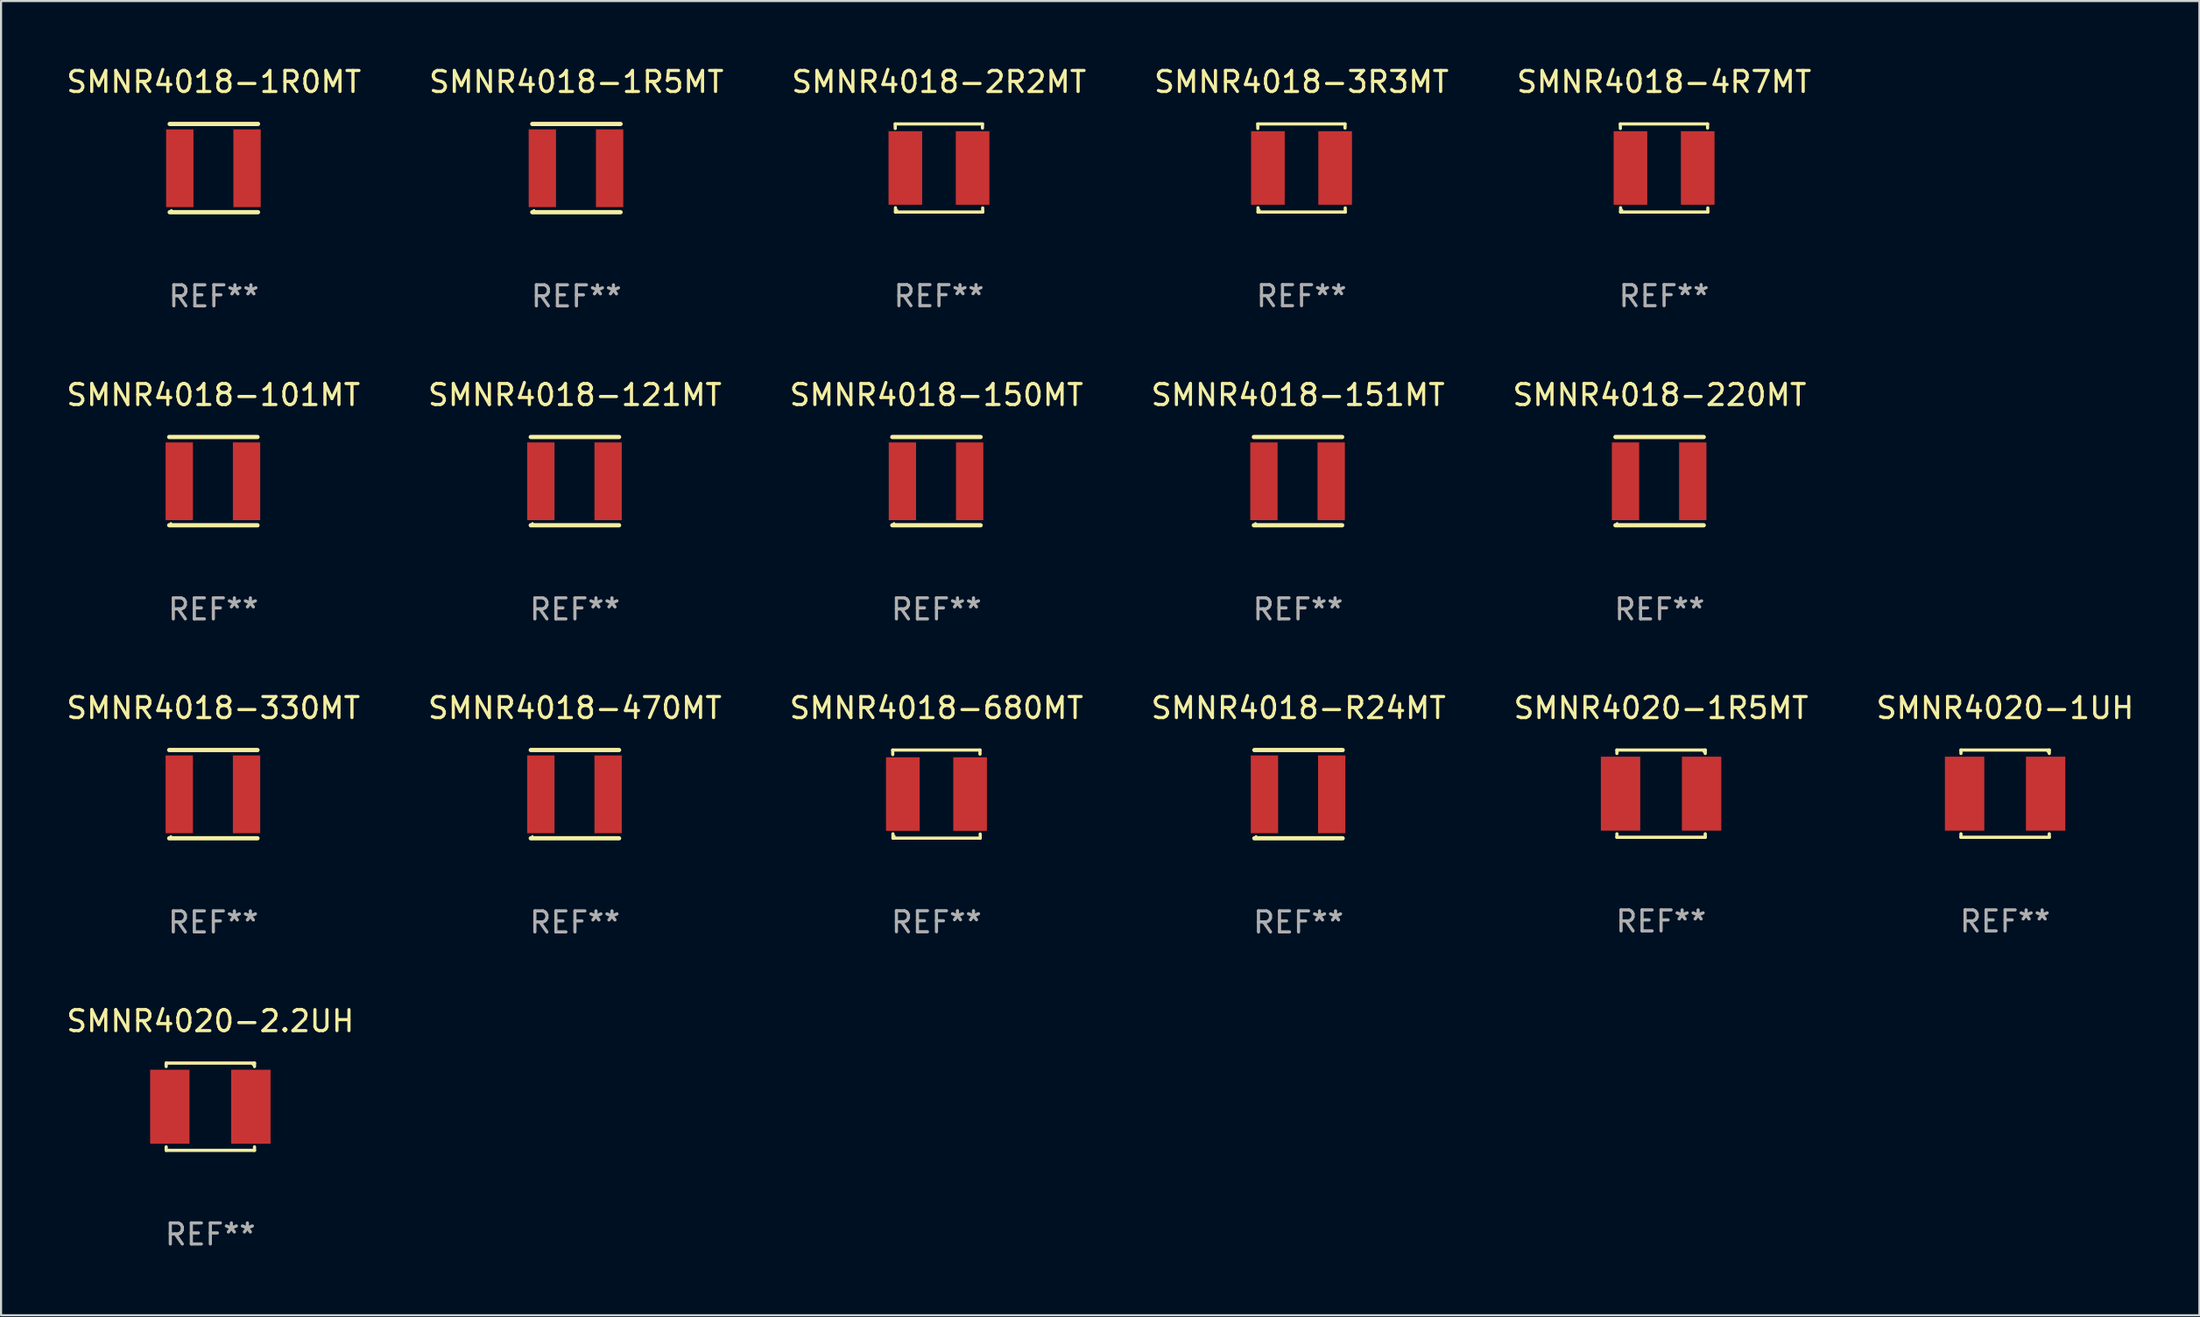
<source format=kicad_pcb>
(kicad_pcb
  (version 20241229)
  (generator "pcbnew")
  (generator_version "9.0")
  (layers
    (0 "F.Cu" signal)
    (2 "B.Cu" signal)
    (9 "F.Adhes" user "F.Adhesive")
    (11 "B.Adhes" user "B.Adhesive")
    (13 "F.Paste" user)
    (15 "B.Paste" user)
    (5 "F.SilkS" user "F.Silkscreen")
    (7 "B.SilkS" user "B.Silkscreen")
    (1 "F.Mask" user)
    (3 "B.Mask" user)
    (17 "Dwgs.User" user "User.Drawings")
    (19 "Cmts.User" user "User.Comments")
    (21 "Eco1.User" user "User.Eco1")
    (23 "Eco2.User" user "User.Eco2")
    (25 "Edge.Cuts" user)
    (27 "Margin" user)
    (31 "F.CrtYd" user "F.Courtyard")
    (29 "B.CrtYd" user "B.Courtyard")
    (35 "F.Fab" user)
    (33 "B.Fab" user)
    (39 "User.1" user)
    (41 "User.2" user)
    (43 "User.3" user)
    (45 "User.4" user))
  (footprint "SMNR4018-R24MT"
    (layer "F.Cu")
    (at 58.732 34.741)
    (property "Reference" "SMNR4018-R24MT" (at 0 -4.1 0) (layer "F.SilkS") (effects (font (size 1 1) (thickness 0.15))))
    (attr through_hole)
    (fp_line (start -2.1 -2.1) (end 2.1 -2.1) (stroke (width 0.203) (type solid)) (layer "F.SilkS"))
    (fp_line (start -2.1 2.1) (end 2.1 2.1) (stroke (width 0.203) (type solid)) (layer "F.SilkS"))
    (fp_circle (center -2.021 2.008) (end -1.991 2.008) (stroke (width 0.06) (type solid)) (fill no) (layer "F.SilkS"))
    (fp_text user "REF**" (at 0 6.1 0) (layer "F.Fab") (effects (font (size 1 1) (thickness 0.15))))
    (pad "1" smd rect (at -1.621 0.008 90) (size 3.7 1.3) (layers "F.Cu" "F.Mask" "F.Paste"))
    (pad "2" smd rect (at 1.579 0.008 90) (size 3.7 1.3) (layers "F.Cu" "F.Mask" "F.Paste")))
  (footprint "SMNR4018-121MT"
    (layer "F.Cu")
    (at 24.304 19.845)
    (property "Reference" "SMNR4018-121MT" (at 0 -4.1 0) (layer "F.SilkS") (effects (font (size 1 1) (thickness 0.15))))
    (attr through_hole)
    (fp_line (start -2.1 -2.1) (end 2.1 -2.1) (stroke (width 0.203) (type solid)) (layer "F.SilkS"))
    (fp_line (start -2.1 2.1) (end 2.1 2.1) (stroke (width 0.203) (type solid)) (layer "F.SilkS"))
    (fp_circle (center -2.021 2.008) (end -1.991 2.008) (stroke (width 0.06) (type solid)) (fill no) (layer "F.SilkS"))
    (fp_text user "REF**" (at 0 6.1 0) (layer "F.Fab") (effects (font (size 1 1) (thickness 0.15))))
    (pad "1" smd rect (at -1.621 0.008 90) (size 3.7 1.3) (layers "F.Cu" "F.Mask" "F.Paste"))
    (pad "2" smd rect (at 1.579 0.008 90) (size 3.7 1.3) (layers "F.Cu" "F.Mask" "F.Paste")))
  (footprint "SMNR4018-470MT"
    (layer "F.Cu")
    (at 24.304 34.741)
    (property "Reference" "SMNR4018-470MT" (at 0 -4.1 0) (layer "F.SilkS") (effects (font (size 1 1) (thickness 0.15))))
    (attr through_hole)
    (fp_line (start -2.1 -2.1) (end 2.1 -2.1) (stroke (width 0.203) (type solid)) (layer "F.SilkS"))
    (fp_line (start -2.1 2.1) (end 2.1 2.1) (stroke (width 0.203) (type solid)) (layer "F.SilkS"))
    (fp_circle (center -2.021 2.008) (end -1.991 2.008) (stroke (width 0.06) (type solid)) (fill no) (layer "F.SilkS"))
    (fp_text user "REF**" (at 0 6.1 0) (layer "F.Fab") (effects (font (size 1 1) (thickness 0.15))))
    (pad "1" smd rect (at -1.621 0.008 90) (size 3.7 1.3) (layers "F.Cu" "F.Mask" "F.Paste"))
    (pad "2" smd rect (at 1.579 0.008 90) (size 3.7 1.3) (layers "F.Cu" "F.Mask" "F.Paste")))
  (footprint "SMNR4018-220MT"
    (layer "F.Cu")
    (at 75.911 19.845)
    (property "Reference" "SMNR4018-220MT" (at 0 -4.1 0) (layer "F.SilkS") (effects (font (size 1 1) (thickness 0.15))))
    (attr through_hole)
    (fp_line (start -2.1 -2.1) (end 2.1 -2.1) (stroke (width 0.203) (type solid)) (layer "F.SilkS"))
    (fp_line (start -2.1 2.1) (end 2.1 2.1) (stroke (width 0.203) (type solid)) (layer "F.SilkS"))
    (fp_circle (center -2.021 2.008) (end -1.991 2.008) (stroke (width 0.06) (type solid)) (fill no) (layer "F.SilkS"))
    (fp_text user "REF**" (at 0 6.1 0) (layer "F.Fab") (effects (font (size 1 1) (thickness 0.15))))
    (pad "1" smd rect (at -1.621 0.008 90) (size 3.7 1.3) (layers "F.Cu" "F.Mask" "F.Paste"))
    (pad "2" smd rect (at 1.579 0.008 90) (size 3.7 1.3) (layers "F.Cu" "F.Mask" "F.Paste")))
  (footprint "SMNR4018-2R2MT"
    (layer "F.Cu")
    (at 41.625 4.944)
    (property "Reference" "SMNR4018-2R2MT" (at 0 -4.096 0) (layer "F.SilkS") (effects (font (size 1 1) (thickness 0.15))))
    (attr through_hole)
    (fp_line (start -2.083 -2.096) (end -2.08 -1.88) (stroke (width 0.15) (type solid)) (layer "F.SilkS"))
    (fp_line (start -2.07 1.89) (end -2.07 2.096) (stroke (width 0.15) (type solid)) (layer "F.SilkS"))
    (fp_line (start -2.07 2.096) (end 2.083 2.096) (stroke (width 0.15) (type solid)) (layer "F.SilkS"))
    (fp_line (start 2.07 -1.9) (end 2.07 -2.096) (stroke (width 0.15) (type solid)) (layer "F.SilkS"))
    (fp_line (start 2.07 -2.096) (end -2.083 -2.096) (stroke (width 0.15) (type solid)) (layer "F.SilkS"))
    (fp_line (start 2.083 2.096) (end 2.08 1.9) (stroke (width 0.15) (type solid)) (layer "F.SilkS"))
    (fp_circle (center -2 2) (end -1.97 2) (stroke (width 0.06) (type solid)) (fill no) (layer "F.SilkS"))
    (fp_text user "REF**" (at 0 6.096 0) (layer "F.Fab") (effects (font (size 1 1) (thickness 0.15))))
    (pad "1" smd rect (at -1.6 -0.000343) (size 1.6 3.5) (layers "F.Cu" "F.Mask" "F.Paste"))
    (pad "2" smd rect (at 1.6 -0.000343) (size 1.6 3.5) (layers "F.Cu" "F.Mask" "F.Paste")))
  (footprint "SMNR4018-1R0MT"
    (layer "F.Cu")
    (at 7.125 4.948)
    (property "Reference" "SMNR4018-1R0MT" (at 0 -4.1 0) (layer "F.SilkS") (effects (font (size 1 1) (thickness 0.15))))
    (attr through_hole)
    (fp_line (start -2.1 -2.1) (end 2.1 -2.1) (stroke (width 0.203) (type solid)) (layer "F.SilkS"))
    (fp_line (start -2.1 2.1) (end 2.1 2.1) (stroke (width 0.203) (type solid)) (layer "F.SilkS"))
    (fp_circle (center -2.021 2.008) (end -1.991 2.008) (stroke (width 0.06) (type solid)) (fill no) (layer "F.SilkS"))
    (fp_text user "REF**" (at 0 6.1 0) (layer "F.Fab") (effects (font (size 1 1) (thickness 0.15))))
    (pad "1" smd rect (at -1.621 0.008 90) (size 3.7 1.3) (layers "F.Cu" "F.Mask" "F.Paste"))
    (pad "2" smd rect (at 1.579 0.008 90) (size 3.7 1.3) (layers "F.Cu" "F.Mask" "F.Paste")))
  (footprint "SMNR4018-101MT"
    (layer "F.Cu")
    (at 7.101 19.845)
    (property "Reference" "SMNR4018-101MT" (at 0 -4.1 0) (layer "F.SilkS") (effects (font (size 1 1) (thickness 0.15))))
    (attr through_hole)
    (fp_line (start -2.1 -2.1) (end 2.1 -2.1) (stroke (width 0.203) (type solid)) (layer "F.SilkS"))
    (fp_line (start -2.1 2.1) (end 2.1 2.1) (stroke (width 0.203) (type solid)) (layer "F.SilkS"))
    (fp_circle (center -2.021 2.008) (end -1.991 2.008) (stroke (width 0.06) (type solid)) (fill no) (layer "F.SilkS"))
    (fp_text user "REF**" (at 0 6.1 0) (layer "F.Fab") (effects (font (size 1 1) (thickness 0.15))))
    (pad "1" smd rect (at -1.621 0.008 90) (size 3.7 1.3) (layers "F.Cu" "F.Mask" "F.Paste"))
    (pad "2" smd rect (at 1.579 0.008 90) (size 3.7 1.3) (layers "F.Cu" "F.Mask" "F.Paste")))
  (footprint "SMNR4018-151MT"
    (layer "F.Cu")
    (at 58.708 19.845)
    (property "Reference" "SMNR4018-151MT" (at 0 -4.1 0) (layer "F.SilkS") (effects (font (size 1 1) (thickness 0.15))))
    (attr through_hole)
    (fp_line (start -2.1 -2.1) (end 2.1 -2.1) (stroke (width 0.203) (type solid)) (layer "F.SilkS"))
    (fp_line (start -2.1 2.1) (end 2.1 2.1) (stroke (width 0.203) (type solid)) (layer "F.SilkS"))
    (fp_circle (center -2.021 2.008) (end -1.991 2.008) (stroke (width 0.06) (type solid)) (fill no) (layer "F.SilkS"))
    (fp_text user "REF**" (at 0 6.1 0) (layer "F.Fab") (effects (font (size 1 1) (thickness 0.15))))
    (pad "1" smd rect (at -1.621 0.008 90) (size 3.7 1.3) (layers "F.Cu" "F.Mask" "F.Paste"))
    (pad "2" smd rect (at 1.579 0.008 90) (size 3.7 1.3) (layers "F.Cu" "F.Mask" "F.Paste")))
  (footprint "SMNR4018-150MT"
    (layer "F.Cu")
    (at 41.506 19.845)
    (property "Reference" "SMNR4018-150MT" (at 0 -4.1 0) (layer "F.SilkS") (effects (font (size 1 1) (thickness 0.15))))
    (attr through_hole)
    (fp_line (start -2.1 -2.1) (end 2.1 -2.1) (stroke (width 0.203) (type solid)) (layer "F.SilkS"))
    (fp_line (start -2.1 2.1) (end 2.1 2.1) (stroke (width 0.203) (type solid)) (layer "F.SilkS"))
    (fp_circle (center -2.021 2.008) (end -1.991 2.008) (stroke (width 0.06) (type solid)) (fill no) (layer "F.SilkS"))
    (fp_text user "REF**" (at 0 6.1 0) (layer "F.Fab") (effects (font (size 1 1) (thickness 0.15))))
    (pad "1" smd rect (at -1.621 0.008 90) (size 3.7 1.3) (layers "F.Cu" "F.Mask" "F.Paste"))
    (pad "2" smd rect (at 1.579 0.008 90) (size 3.7 1.3) (layers "F.Cu" "F.Mask" "F.Paste")))
  (footprint "SMNR4020-2.2UH"
    (layer "F.Cu")
    (at 6.958 49.614)
    (property "Reference" "SMNR4020-2.2UH" (at 0 -4.076 0) (layer "F.SilkS") (effects (font (size 1 1) (thickness 0.15))))
    (attr through_hole)
    (fp_line (start -2.101 -2.076) (end 2.101 -2.076) (stroke (width 0.152) (type solid)) (layer "F.SilkS"))
    (fp_line (start -2.101 -1.912) (end -2.101 -2.076) (stroke (width 0.152) (type solid)) (layer "F.SilkS"))
    (fp_line (start -2.101 1.912) (end -2.101 2.076) (stroke (width 0.152) (type solid)) (layer "F.SilkS"))
    (fp_line (start -2.101 2.076) (end 2.101 2.076) (stroke (width 0.152) (type solid)) (layer "F.SilkS"))
    (fp_line (start 2.101 -2.076) (end 2.101 -1.912) (stroke (width 0.152) (type solid)) (layer "F.SilkS"))
    (fp_line (start 2.101 2.076) (end 2.101 1.912) (stroke (width 0.152) (type solid)) (layer "F.SilkS"))
    (fp_circle (center 2.025 -2) (end 2.055 -2) (stroke (width 0.06) (type solid)) (fill no) (layer "F.SilkS"))
    (fp_text user "REF**" (at 0 6.076 0) (layer "F.Fab") (effects (font (size 1 1) (thickness 0.15))))
    (pad "1" smd rect (at 1.928 0) (size 1.874 3.52) (layers "F.Cu" "F.Mask" "F.Paste"))
    (pad "2" smd rect (at -1.928 0) (size 1.874 3.52) (layers "F.Cu" "F.Mask" "F.Paste")))
  (footprint "SMNR4020-1R5MT"
    (layer "F.Cu")
    (at 75.982 34.717)
    (property "Reference" "SMNR4020-1R5MT" (at 0 -4.076 0) (layer "F.SilkS") (effects (font (size 1 1) (thickness 0.15))))
    (attr through_hole)
    (fp_line (start -2.101 -2.076) (end 2.101 -2.076) (stroke (width 0.152) (type solid)) (layer "F.SilkS"))
    (fp_line (start -2.101 -1.912) (end -2.101 -2.076) (stroke (width 0.152) (type solid)) (layer "F.SilkS"))
    (fp_line (start -2.101 1.912) (end -2.101 2.076) (stroke (width 0.152) (type solid)) (layer "F.SilkS"))
    (fp_line (start -2.101 2.076) (end 2.101 2.076) (stroke (width 0.152) (type solid)) (layer "F.SilkS"))
    (fp_line (start 2.101 -2.076) (end 2.101 -1.912) (stroke (width 0.152) (type solid)) (layer "F.SilkS"))
    (fp_line (start 2.101 2.076) (end 2.101 1.912) (stroke (width 0.152) (type solid)) (layer "F.SilkS"))
    (fp_circle (center 2.025 -2) (end 2.055 -2) (stroke (width 0.06) (type solid)) (fill no) (layer "F.SilkS"))
    (fp_text user "REF**" (at 0 6.076 0) (layer "F.Fab") (effects (font (size 1 1) (thickness 0.15))))
    (pad "1" smd rect (at 1.928 0) (size 1.874 3.52) (layers "F.Cu" "F.Mask" "F.Paste"))
    (pad "2" smd rect (at -1.928 0) (size 1.874 3.52) (layers "F.Cu" "F.Mask" "F.Paste")))
  (footprint "SMNR4018-1R5MT"
    (layer "F.Cu")
    (at 24.375 4.948)
    (property "Reference" "SMNR4018-1R5MT" (at 0 -4.1 0) (layer "F.SilkS") (effects (font (size 1 1) (thickness 0.15))))
    (attr through_hole)
    (fp_line (start -2.1 -2.1) (end 2.1 -2.1) (stroke (width 0.203) (type solid)) (layer "F.SilkS"))
    (fp_line (start -2.1 2.1) (end 2.1 2.1) (stroke (width 0.203) (type solid)) (layer "F.SilkS"))
    (fp_circle (center -2.021 2.008) (end -1.991 2.008) (stroke (width 0.06) (type solid)) (fill no) (layer "F.SilkS"))
    (fp_text user "REF**" (at 0 6.1 0) (layer "F.Fab") (effects (font (size 1 1) (thickness 0.15))))
    (pad "1" smd rect (at -1.621 0.008 90) (size 3.7 1.3) (layers "F.Cu" "F.Mask" "F.Paste"))
    (pad "2" smd rect (at 1.579 0.008 90) (size 3.7 1.3) (layers "F.Cu" "F.Mask" "F.Paste")))
  (footprint "SMNR4018-330MT"
    (layer "F.Cu")
    (at 7.101 34.741)
    (property "Reference" "SMNR4018-330MT" (at 0 -4.1 0) (layer "F.SilkS") (effects (font (size 1 1) (thickness 0.15))))
    (attr through_hole)
    (fp_line (start -2.1 -2.1) (end 2.1 -2.1) (stroke (width 0.203) (type solid)) (layer "F.SilkS"))
    (fp_line (start -2.1 2.1) (end 2.1 2.1) (stroke (width 0.203) (type solid)) (layer "F.SilkS"))
    (fp_circle (center -2.021 2.008) (end -1.991 2.008) (stroke (width 0.06) (type solid)) (fill no) (layer "F.SilkS"))
    (fp_text user "REF**" (at 0 6.1 0) (layer "F.Fab") (effects (font (size 1 1) (thickness 0.15))))
    (pad "1" smd rect (at -1.621 0.008 90) (size 3.7 1.3) (layers "F.Cu" "F.Mask" "F.Paste"))
    (pad "2" smd rect (at 1.579 0.008 90) (size 3.7 1.3) (layers "F.Cu" "F.Mask" "F.Paste")))
  (footprint "SMNR4020-1UH"
    (layer "F.Cu")
    (at 92.351 34.717)
    (property "Reference" "SMNR4020-1UH" (at 0 -4.076 0) (layer "F.SilkS") (effects (font (size 1 1) (thickness 0.15))))
    (attr through_hole)
    (fp_line (start -2.101 -2.076) (end 2.101 -2.076) (stroke (width 0.152) (type solid)) (layer "F.SilkS"))
    (fp_line (start -2.101 -1.912) (end -2.101 -2.076) (stroke (width 0.152) (type solid)) (layer "F.SilkS"))
    (fp_line (start -2.101 1.912) (end -2.101 2.076) (stroke (width 0.152) (type solid)) (layer "F.SilkS"))
    (fp_line (start -2.101 2.076) (end 2.101 2.076) (stroke (width 0.152) (type solid)) (layer "F.SilkS"))
    (fp_line (start 2.101 -2.076) (end 2.101 -1.912) (stroke (width 0.152) (type solid)) (layer "F.SilkS"))
    (fp_line (start 2.101 2.076) (end 2.101 1.912) (stroke (width 0.152) (type solid)) (layer "F.SilkS"))
    (fp_circle (center 2.025 -2) (end 2.055 -2) (stroke (width 0.06) (type solid)) (fill no) (layer "F.SilkS"))
    (fp_text user "REF**" (at 0 6.076 0) (layer "F.Fab") (effects (font (size 1 1) (thickness 0.15))))
    (pad "1" smd rect (at 1.928 0) (size 1.874 3.52) (layers "F.Cu" "F.Mask" "F.Paste"))
    (pad "2" smd rect (at -1.928 0) (size 1.874 3.52) (layers "F.Cu" "F.Mask" "F.Paste")))
  (footprint "SMNR4018-680MT"
    (layer "F.Cu")
    (at 41.506 34.737)
    (property "Reference" "SMNR4018-680MT" (at 0 -4.096 0) (layer "F.SilkS") (effects (font (size 1 1) (thickness 0.15))))
    (attr through_hole)
    (fp_line (start -2.083 -2.096) (end -2.08 -1.88) (stroke (width 0.15) (type solid)) (layer "F.SilkS"))
    (fp_line (start -2.07 1.89) (end -2.07 2.096) (stroke (width 0.15) (type solid)) (layer "F.SilkS"))
    (fp_line (start -2.07 2.096) (end 2.083 2.096) (stroke (width 0.15) (type solid)) (layer "F.SilkS"))
    (fp_line (start 2.07 -1.9) (end 2.07 -2.096) (stroke (width 0.15) (type solid)) (layer "F.SilkS"))
    (fp_line (start 2.07 -2.096) (end -2.083 -2.096) (stroke (width 0.15) (type solid)) (layer "F.SilkS"))
    (fp_line (start 2.083 2.096) (end 2.08 1.9) (stroke (width 0.15) (type solid)) (layer "F.SilkS"))
    (fp_circle (center -2 2) (end -1.97 2) (stroke (width 0.06) (type solid)) (fill no) (layer "F.SilkS"))
    (fp_text user "REF**" (at 0 6.096 0) (layer "F.Fab") (effects (font (size 1 1) (thickness 0.15))))
    (pad "1" smd rect (at -1.6 -0.000343) (size 1.6 3.5) (layers "F.Cu" "F.Mask" "F.Paste"))
    (pad "2" smd rect (at 1.6 -0.000343) (size 1.6 3.5) (layers "F.Cu" "F.Mask" "F.Paste")))
  (footprint "SMNR4018-4R7MT"
    (layer "F.Cu")
    (at 76.125 4.944)
    (property "Reference" "SMNR4018-4R7MT" (at 0 -4.096 0) (layer "F.SilkS") (effects (font (size 1 1) (thickness 0.15))))
    (attr through_hole)
    (fp_line (start -2.083 -2.096) (end -2.08 -1.88) (stroke (width 0.15) (type solid)) (layer "F.SilkS"))
    (fp_line (start -2.07 1.89) (end -2.07 2.096) (stroke (width 0.15) (type solid)) (layer "F.SilkS"))
    (fp_line (start -2.07 2.096) (end 2.083 2.096) (stroke (width 0.15) (type solid)) (layer "F.SilkS"))
    (fp_line (start 2.07 -1.9) (end 2.07 -2.096) (stroke (width 0.15) (type solid)) (layer "F.SilkS"))
    (fp_line (start 2.07 -2.096) (end -2.083 -2.096) (stroke (width 0.15) (type solid)) (layer "F.SilkS"))
    (fp_line (start 2.083 2.096) (end 2.08 1.9) (stroke (width 0.15) (type solid)) (layer "F.SilkS"))
    (fp_circle (center -2 2) (end -1.97 2) (stroke (width 0.06) (type solid)) (fill no) (layer "F.SilkS"))
    (fp_text user "REF**" (at 0 6.096 0) (layer "F.Fab") (effects (font (size 1 1) (thickness 0.15))))
    (pad "1" smd rect (at -1.6 -0.000343) (size 1.6 3.5) (layers "F.Cu" "F.Mask" "F.Paste"))
    (pad "2" smd rect (at 1.6 -0.000343) (size 1.6 3.5) (layers "F.Cu" "F.Mask" "F.Paste")))
  (footprint "SMNR4018-3R3MT"
    (layer "F.Cu")
    (at 58.875 4.944)
    (property "Reference" "SMNR4018-3R3MT" (at 0 -4.096 0) (layer "F.SilkS") (effects (font (size 1 1) (thickness 0.15))))
    (attr through_hole)
    (fp_line (start -2.083 -2.096) (end -2.08 -1.88) (stroke (width 0.15) (type solid)) (layer "F.SilkS"))
    (fp_line (start -2.07 1.89) (end -2.07 2.096) (stroke (width 0.15) (type solid)) (layer "F.SilkS"))
    (fp_line (start -2.07 2.096) (end 2.083 2.096) (stroke (width 0.15) (type solid)) (layer "F.SilkS"))
    (fp_line (start 2.07 -1.9) (end 2.07 -2.096) (stroke (width 0.15) (type solid)) (layer "F.SilkS"))
    (fp_line (start 2.07 -2.096) (end -2.083 -2.096) (stroke (width 0.15) (type solid)) (layer "F.SilkS"))
    (fp_line (start 2.083 2.096) (end 2.08 1.9) (stroke (width 0.15) (type solid)) (layer "F.SilkS"))
    (fp_circle (center -2 2) (end -1.97 2) (stroke (width 0.06) (type solid)) (fill no) (layer "F.SilkS"))
    (fp_text user "REF**" (at 0 6.096 0) (layer "F.Fab") (effects (font (size 1 1) (thickness 0.15))))
    (pad "1" smd rect (at -1.6 -0.000343) (size 1.6 3.5) (layers "F.Cu" "F.Mask" "F.Paste"))
    (pad "2" smd rect (at 1.6 -0.000343) (size 1.6 3.5) (layers "F.Cu" "F.Mask" "F.Paste")))
  (gr_rect
    (start -3 -3)
    (end 101.595 59.538)
    (stroke (width 0.1) (type default))
    (fill no)
    (layer "Edge.Cuts")))
</source>
